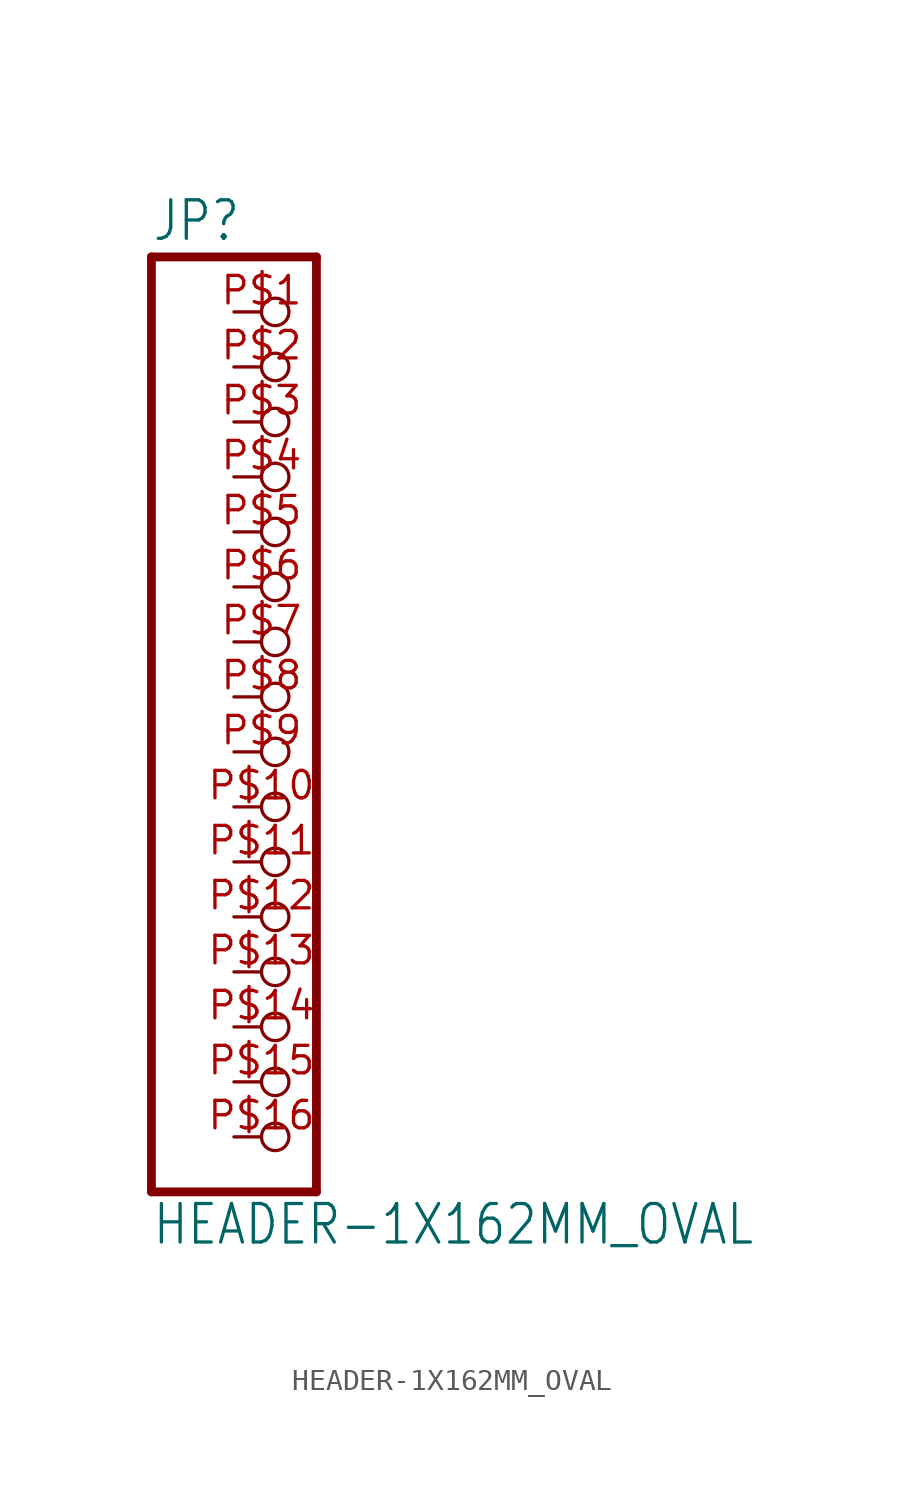
<source format=kicad_sym>
(kicad_symbol_lib
  (version 20211014)
  (generator kicad_symbol_editor)
  (symbol "HEADER-1X162MM_OVAL"
    (property "Reference" "JP"
      (at -6.35 20.955 0)
      (effects (font (size 1.778 1.511)) (justify left bottom)))
    (property "Value" "HEADER-1X162MM_OVAL"
      (at -6.35 -25.4 0)
      (effects (font (size 1.778 1.511)) (justify left bottom)))
    (property "ki_locked" ""
      (at 0 0 0)
      (effects (font (size 1.27 1.27))))
    (symbol "HEADER-1X162MM_OVAL_1_0"
      (polyline (pts (xy -6.35 -22.86) (xy 1.27 -22.86)) (stroke (width 0.406) (type default) (color 0 0 0 0)) (fill (type none)))
      (polyline (pts (xy -6.35 20.32) (xy -6.35 -22.86)) (stroke (width 0.406) (type default) (color 0 0 0 0)) (fill (type none)))
      (polyline (pts (xy 1.27 -22.86) (xy 1.27 20.32)) (stroke (width 0.406) (type default) (color 0 0 0 0)) (fill (type none)))
      (polyline (pts (xy 1.27 20.32) (xy -6.35 20.32)) (stroke (width 0.406) (type default) (color 0 0 0 0)) (fill (type none)))
      (pin passive inverted (at -2.54 17.78 0) (length 2.54) (name "1" (effects (font (size 0 0)))) (number "P$1" (effects (font (size 1.27 1.27)))))
      (pin passive inverted (at -2.54 -5.08 0) (length 2.54) (name "10" (effects (font (size 0 0)))) (number "P$10" (effects (font (size 1.27 1.27)))))
      (pin passive inverted (at -2.54 -7.62 0) (length 2.54) (name "11" (effects (font (size 0 0)))) (number "P$11" (effects (font (size 1.27 1.27)))))
      (pin passive inverted (at -2.54 -10.16 0) (length 2.54) (name "12" (effects (font (size 0 0)))) (number "P$12" (effects (font (size 1.27 1.27)))))
      (pin passive inverted (at -2.54 -12.7 0) (length 2.54) (name "13" (effects (font (size 0 0)))) (number "P$13" (effects (font (size 1.27 1.27)))))
      (pin passive inverted (at -2.54 -15.24 0) (length 2.54) (name "14" (effects (font (size 0 0)))) (number "P$14" (effects (font (size 1.27 1.27)))))
      (pin passive inverted (at -2.54 -17.78 0) (length 2.54) (name "15" (effects (font (size 0 0)))) (number "P$15" (effects (font (size 1.27 1.27)))))
      (pin passive inverted (at -2.54 -20.32 0) (length 2.54) (name "16" (effects (font (size 0 0)))) (number "P$16" (effects (font (size 1.27 1.27)))))
      (pin passive inverted (at -2.54 15.24 0) (length 2.54) (name "2" (effects (font (size 0 0)))) (number "P$2" (effects (font (size 1.27 1.27)))))
      (pin passive inverted (at -2.54 12.7 0) (length 2.54) (name "3" (effects (font (size 0 0)))) (number "P$3" (effects (font (size 1.27 1.27)))))
      (pin passive inverted (at -2.54 10.16 0) (length 2.54) (name "4" (effects (font (size 0 0)))) (number "P$4" (effects (font (size 1.27 1.27)))))
      (pin passive inverted (at -2.54 7.62 0) (length 2.54) (name "5" (effects (font (size 0 0)))) (number "P$5" (effects (font (size 1.27 1.27)))))
      (pin passive inverted (at -2.54 5.08 0) (length 2.54) (name "6" (effects (font (size 0 0)))) (number "P$6" (effects (font (size 1.27 1.27)))))
      (pin passive inverted (at -2.54 2.54 0) (length 2.54) (name "7" (effects (font (size 0 0)))) (number "P$7" (effects (font (size 1.27 1.27)))))
      (pin passive inverted (at -2.54 0 0) (length 2.54) (name "8" (effects (font (size 0 0)))) (number "P$8" (effects (font (size 1.27 1.27)))))
      (pin passive inverted (at -2.54 -2.54 0) (length 2.54) (name "9" (effects (font (size 0 0)))) (number "P$9" (effects (font (size 1.27 1.27))))))))
</source>
